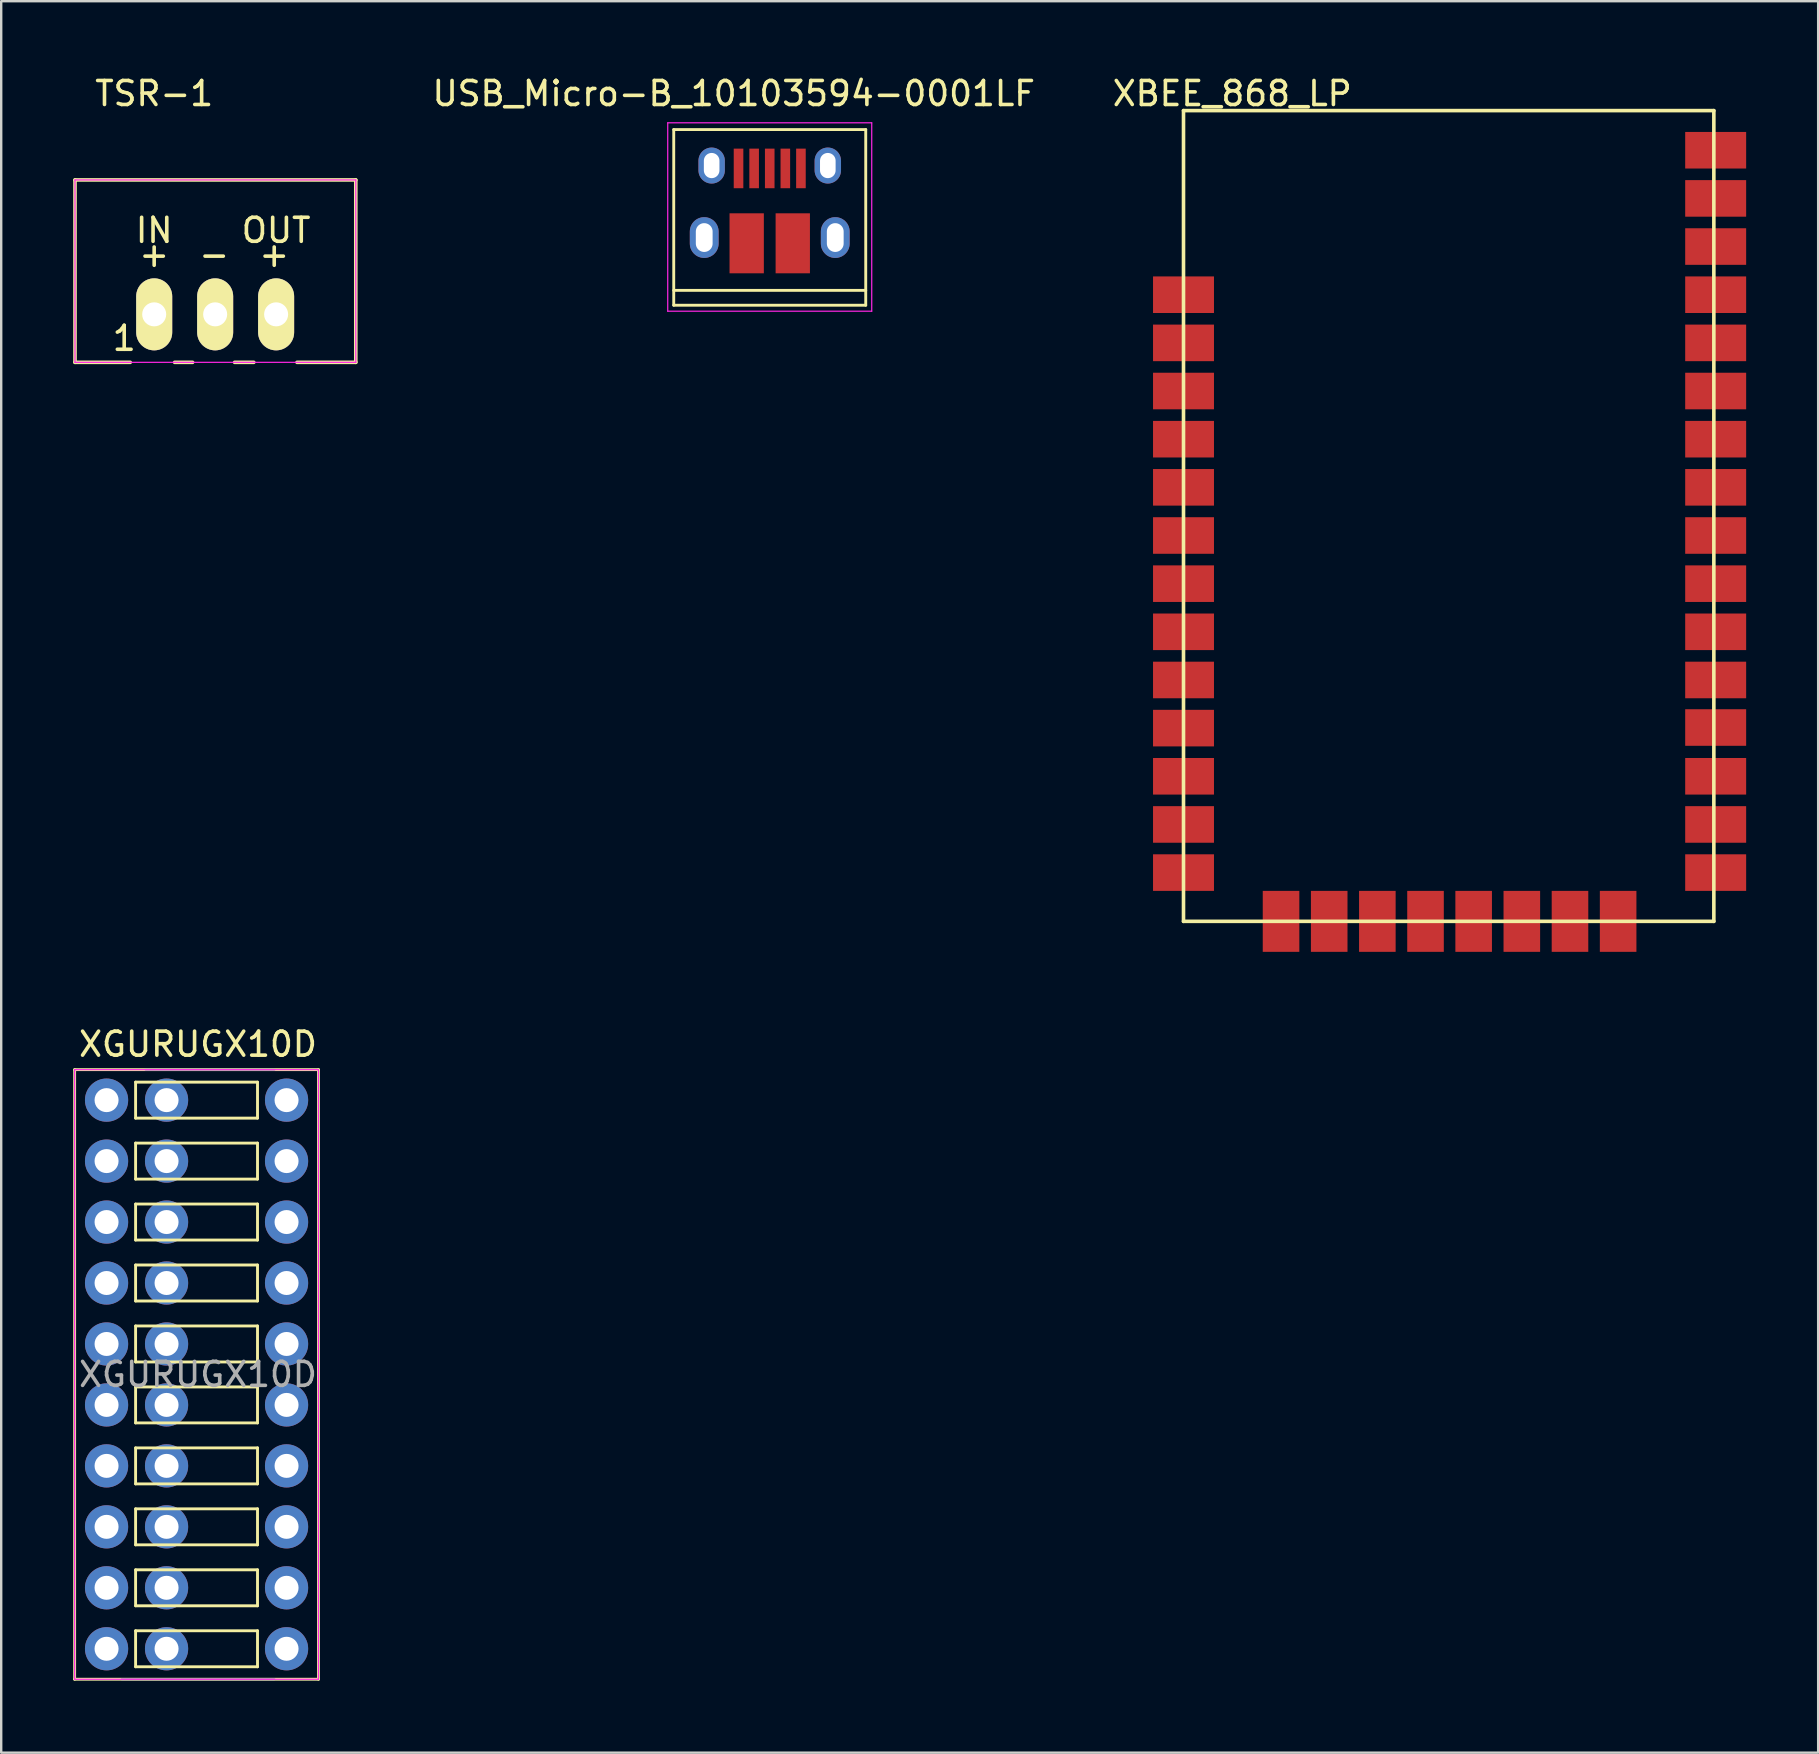
<source format=kicad_pcb>
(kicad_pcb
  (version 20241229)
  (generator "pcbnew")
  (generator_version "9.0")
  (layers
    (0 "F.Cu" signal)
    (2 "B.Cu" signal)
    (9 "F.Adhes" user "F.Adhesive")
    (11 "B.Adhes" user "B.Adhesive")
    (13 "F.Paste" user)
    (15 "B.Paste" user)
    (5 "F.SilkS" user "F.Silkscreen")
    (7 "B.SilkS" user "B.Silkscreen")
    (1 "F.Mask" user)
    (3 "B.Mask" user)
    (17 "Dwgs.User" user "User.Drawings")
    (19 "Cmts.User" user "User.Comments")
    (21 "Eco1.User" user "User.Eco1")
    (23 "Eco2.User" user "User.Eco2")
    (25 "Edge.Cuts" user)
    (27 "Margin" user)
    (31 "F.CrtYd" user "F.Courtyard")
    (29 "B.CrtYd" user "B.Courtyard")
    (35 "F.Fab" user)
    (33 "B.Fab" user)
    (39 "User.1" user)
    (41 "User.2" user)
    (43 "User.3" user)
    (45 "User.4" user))
  (footprint "TSR-1"
    (layer "F.Cu")
    (at 3.375 10.048)
    (property "Reference" "TSR-1" (at 0 -9.2 0) (layer "F.SilkS") (effects (font (size 1 1) (thickness 0.15))))
    (attr through_hole)
    (fp_line (start -3.3 -5.6) (end -3.3 2) (stroke (width 0.15) (type solid)) (layer "F.SilkS"))
    (fp_line (start -0.998 2) (end -3.3 2) (stroke (width 0.15) (type solid)) (layer "F.SilkS"))
    (fp_line (start 1.6 2) (end 0.851 2) (stroke (width 0.15) (type solid)) (layer "F.SilkS"))
    (fp_line (start 4.15 2) (end 3.35 2) (stroke (width 0.15) (type solid)) (layer "F.SilkS"))
    (fp_line (start 8.4 -5.6) (end -3.3 -5.6) (stroke (width 0.15) (type solid)) (layer "F.SilkS"))
    (fp_line (start 8.4 2) (end 5.951 2) (stroke (width 0.15) (type solid)) (layer "F.SilkS"))
    (fp_line (start 8.4 2) (end 8.4 -5.6) (stroke (width 0.15) (type solid)) (layer "F.SilkS"))
    (fp_line (start -3.3 -5.6) (end -3.3 2) (stroke (width 0.05) (type solid)) (layer "F.CrtYd"))
    (fp_line (start -3.3 -5.6) (end 8.4 -5.6) (stroke (width 0.05) (type solid)) (layer "F.CrtYd"))
    (fp_line (start -3.3 2) (end 8.4 2) (stroke (width 0.05) (type solid)) (layer "F.CrtYd"))
    (fp_line (start 8.4 -5.6) (end 8.4 2) (stroke (width 0.05) (type solid)) (layer "F.CrtYd"))
    (fp_text user "+" (at 5.001 -2.5 0) (layer "F.SilkS") (effects (font (size 1 1) (thickness 0.15))))
    (fp_text user "IN" (at 0 -3.499 0) (layer "F.SilkS") (effects (font (size 1 1) (thickness 0.15))))
    (fp_text user "OUT" (at 5.08 -3.499 0) (layer "F.SilkS") (effects (font (size 1 1) (thickness 0.15))))
    (fp_text user "-" (at 2.499 -2.5 180) (layer "F.SilkS") (effects (font (size 1 1) (thickness 0.15))))
    (fp_text user "+" (at -0.001 -2.5 0) (layer "F.SilkS") (effects (font (size 1 1) (thickness 0.15))))
    (fp_text user "1" (at -1.25 1 0) (layer "F.SilkS") (effects (font (size 1 1) (thickness 0.15))))
    (pad "1" thru_hole oval (at 0 0) (size 1.501 3) (drill 1.001) (layers "*.Cu" "*.Mask" "F.SilkS"))
    (pad "2" thru_hole oval (at 2.54 0) (size 1.501 3) (drill 1.001) (layers "*.Cu" "*.Mask" "F.SilkS"))
    (pad "3" thru_hole oval (at 5.08 0) (size 1.501 3) (drill 1.001) (layers "*.Cu" "*.Mask" "F.SilkS")))
  (footprint "XGURUGX10D"
    (layer "F.Cu")
    (at 1.39 42.79)
    (property "Reference" "XGURUGX10D" (at 3.81 -2.33 0) (layer "F.SilkS") (effects (font (size 1 1) (thickness 0.15))))
    (attr through_hole)
    (fp_line (start -1.33 -1.27) (end -1.33 24.13) (stroke (width 0.12) (type solid)) (layer "F.SilkS"))
    (fp_line (start -1.33 24.13) (end 8.83 24.13) (stroke (width 0.12) (type solid)) (layer "F.SilkS"))
    (fp_line (start 1.21 -0.75) (end 1.21 0.75) (stroke (width 0.12) (type solid)) (layer "F.SilkS"))
    (fp_line (start 1.21 -0.75) (end 6.29 -0.75) (stroke (width 0.12) (type solid)) (layer "F.SilkS"))
    (fp_line (start 1.21 0.75) (end 6.29 0.75) (stroke (width 0.12) (type solid)) (layer "F.SilkS"))
    (fp_line (start 1.21 1.79) (end 1.21 3.29) (stroke (width 0.12) (type solid)) (layer "F.SilkS"))
    (fp_line (start 1.21 1.79) (end 6.29 1.79) (stroke (width 0.12) (type solid)) (layer "F.SilkS"))
    (fp_line (start 1.21 3.29) (end 6.29 3.29) (stroke (width 0.12) (type solid)) (layer "F.SilkS"))
    (fp_line (start 1.21 4.33) (end 1.21 5.83) (stroke (width 0.12) (type solid)) (layer "F.SilkS"))
    (fp_line (start 1.21 4.33) (end 6.29 4.33) (stroke (width 0.12) (type solid)) (layer "F.SilkS"))
    (fp_line (start 1.21 5.83) (end 6.29 5.83) (stroke (width 0.12) (type solid)) (layer "F.SilkS"))
    (fp_line (start 1.21 6.87) (end 1.21 8.37) (stroke (width 0.12) (type solid)) (layer "F.SilkS"))
    (fp_line (start 1.21 6.87) (end 6.29 6.87) (stroke (width 0.12) (type solid)) (layer "F.SilkS"))
    (fp_line (start 1.21 8.37) (end 6.29 8.37) (stroke (width 0.12) (type solid)) (layer "F.SilkS"))
    (fp_line (start 1.21 9.41) (end 1.21 10.91) (stroke (width 0.12) (type solid)) (layer "F.SilkS"))
    (fp_line (start 1.21 9.41) (end 6.29 9.41) (stroke (width 0.12) (type solid)) (layer "F.SilkS"))
    (fp_line (start 1.21 10.91) (end 6.29 10.91) (stroke (width 0.12) (type solid)) (layer "F.SilkS"))
    (fp_line (start 1.21 11.95) (end 1.21 13.45) (stroke (width 0.12) (type solid)) (layer "F.SilkS"))
    (fp_line (start 1.21 11.95) (end 6.29 11.95) (stroke (width 0.12) (type solid)) (layer "F.SilkS"))
    (fp_line (start 1.21 13.45) (end 6.29 13.45) (stroke (width 0.12) (type solid)) (layer "F.SilkS"))
    (fp_line (start 1.21 14.49) (end 1.21 15.99) (stroke (width 0.12) (type solid)) (layer "F.SilkS"))
    (fp_line (start 1.21 14.49) (end 6.29 14.49) (stroke (width 0.12) (type solid)) (layer "F.SilkS"))
    (fp_line (start 1.21 15.99) (end 6.29 15.99) (stroke (width 0.12) (type solid)) (layer "F.SilkS"))
    (fp_line (start 1.21 17.03) (end 1.21 18.53) (stroke (width 0.12) (type solid)) (layer "F.SilkS"))
    (fp_line (start 1.21 17.03) (end 6.29 17.03) (stroke (width 0.12) (type solid)) (layer "F.SilkS"))
    (fp_line (start 1.21 18.53) (end 6.29 18.53) (stroke (width 0.12) (type solid)) (layer "F.SilkS"))
    (fp_line (start 1.21 19.57) (end 1.21 21.07) (stroke (width 0.12) (type solid)) (layer "F.SilkS"))
    (fp_line (start 1.21 19.57) (end 6.29 19.57) (stroke (width 0.12) (type solid)) (layer "F.SilkS"))
    (fp_line (start 1.21 21.07) (end 6.29 21.07) (stroke (width 0.12) (type solid)) (layer "F.SilkS"))
    (fp_line (start 1.21 22.11) (end 1.21 23.61) (stroke (width 0.12) (type solid)) (layer "F.SilkS"))
    (fp_line (start 1.21 22.11) (end 6.29 22.11) (stroke (width 0.12) (type solid)) (layer "F.SilkS"))
    (fp_line (start 1.21 23.61) (end 6.29 23.61) (stroke (width 0.12) (type solid)) (layer "F.SilkS"))
    (fp_line (start 6.29 -0.75) (end 6.29 0.75) (stroke (width 0.12) (type solid)) (layer "F.SilkS"))
    (fp_line (start 6.29 1.79) (end 6.29 3.29) (stroke (width 0.12) (type solid)) (layer "F.SilkS"))
    (fp_line (start 6.29 4.33) (end 6.29 5.83) (stroke (width 0.12) (type solid)) (layer "F.SilkS"))
    (fp_line (start 6.29 6.87) (end 6.29 8.37) (stroke (width 0.12) (type solid)) (layer "F.SilkS"))
    (fp_line (start 6.29 9.41) (end 6.29 10.91) (stroke (width 0.12) (type solid)) (layer "F.SilkS"))
    (fp_line (start 6.29 11.95) (end 6.29 13.45) (stroke (width 0.12) (type solid)) (layer "F.SilkS"))
    (fp_line (start 6.29 14.49) (end 6.29 15.99) (stroke (width 0.12) (type solid)) (layer "F.SilkS"))
    (fp_line (start 6.29 17.03) (end 6.29 18.53) (stroke (width 0.12) (type solid)) (layer "F.SilkS"))
    (fp_line (start 6.29 19.57) (end 6.29 21.07) (stroke (width 0.12) (type solid)) (layer "F.SilkS"))
    (fp_line (start 6.29 22.11) (end 6.29 23.61) (stroke (width 0.12) (type solid)) (layer "F.SilkS"))
    (fp_line (start 8.83 -1.27) (end -1.33 -1.27) (stroke (width 0.12) (type solid)) (layer "F.SilkS"))
    (fp_line (start 8.83 24.13) (end 8.83 -1.27) (stroke (width 0.12) (type solid)) (layer "F.SilkS"))
    (fp_line (start -1.33 -1.27) (end -1.33 24.13) (stroke (width 0.05) (type solid)) (layer "F.CrtYd"))
    (fp_line (start -1.33 24.13) (end 8.83 24.13) (stroke (width 0.05) (type solid)) (layer "F.CrtYd"))
    (fp_line (start 8.83 -1.27) (end -1.33 -1.27) (stroke (width 0.05) (type solid)) (layer "F.CrtYd"))
    (fp_line (start 8.83 24.13) (end 8.83 -1.27) (stroke (width 0.05) (type solid)) (layer "F.CrtYd"))
    (fp_line (start 1.635 -1.27) (end 6.985 -1.27) (stroke (width 0.1) (type solid)) (layer "F.Fab"))
    (fp_line (start 6.985 24.13) (end 0.635 24.13) (stroke (width 0.1) (type solid)) (layer "F.Fab"))
    (fp_text user "${REFERENCE}" (at 3.81 11.43 0) (layer "F.Fab") (effects (font (size 1 1) (thickness 0.15))))
    (pad "1" thru_hole oval (at 0 0) (size 1.8 1.8) (drill 1) (layers "*.Cu" "*.Mask"))
    (pad "2" thru_hole oval (at 0 2.54) (size 1.8 1.8) (drill 1) (layers "*.Cu" "*.Mask"))
    (pad "3" thru_hole oval (at 0 5.08) (size 1.8 1.8) (drill 1) (layers "*.Cu" "*.Mask"))
    (pad "4" thru_hole oval (at 0 7.62) (size 1.8 1.8) (drill 1) (layers "*.Cu" "*.Mask"))
    (pad "5" thru_hole oval (at 0 10.16) (size 1.8 1.8) (drill 1) (layers "*.Cu" "*.Mask"))
    (pad "6" thru_hole oval (at 0 12.7) (size 1.8 1.8) (drill 1) (layers "*.Cu" "*.Mask"))
    (pad "7" thru_hole oval (at 0 15.24) (size 1.8 1.8) (drill 1) (layers "*.Cu" "*.Mask"))
    (pad "8" thru_hole oval (at 0 17.78) (size 1.8 1.8) (drill 1) (layers "*.Cu" "*.Mask"))
    (pad "9" thru_hole oval (at 0 20.32) (size 1.8 1.8) (drill 1) (layers "*.Cu" "*.Mask"))
    (pad "10" thru_hole oval (at 0 22.86) (size 1.8 1.8) (drill 1) (layers "*.Cu" "*.Mask"))
    (pad "11" thru_hole oval (at 7.5 22.86) (size 1.8 1.8) (drill 1) (layers "*.Cu" "*.Mask"))
    (pad "12" thru_hole oval (at 7.5 20.32) (size 1.8 1.8) (drill 1) (layers "*.Cu" "*.Mask"))
    (pad "13" thru_hole oval (at 7.5 17.78) (size 1.8 1.8) (drill 1) (layers "*.Cu" "*.Mask"))
    (pad "14" thru_hole oval (at 7.5 15.24) (size 1.8 1.8) (drill 1) (layers "*.Cu" "*.Mask"))
    (pad "15" thru_hole oval (at 7.5 12.7) (size 1.8 1.8) (drill 1) (layers "*.Cu" "*.Mask"))
    (pad "16" thru_hole oval (at 7.5 10.16) (size 1.8 1.8) (drill 1) (layers "*.Cu" "*.Mask"))
    (pad "17" thru_hole oval (at 7.5 7.62) (size 1.8 1.8) (drill 1) (layers "*.Cu" "*.Mask"))
    (pad "18" thru_hole oval (at 7.5 5.08) (size 1.8 1.8) (drill 1) (layers "*.Cu" "*.Mask"))
    (pad "19" thru_hole oval (at 7.5 2.54) (size 1.8 1.8) (drill 1) (layers "*.Cu" "*.Mask"))
    (pad "20" thru_hole oval (at 7.5 0) (size 1.8 1.8) (drill 1) (layers "*.Cu" "*.Mask"))
    (pad "21" thru_hole oval (at 2.5 0) (size 1.8 1.8) (drill 1) (layers "*.Cu" "*.Mask"))
    (pad "22" thru_hole oval (at 2.5 2.54) (size 1.8 1.8) (drill 1) (layers "*.Cu" "*.Mask"))
    (pad "23" thru_hole oval (at 2.5 5.08) (size 1.8 1.8) (drill 1) (layers "*.Cu" "*.Mask"))
    (pad "24" thru_hole oval (at 2.5 7.62) (size 1.8 1.8) (drill 1) (layers "*.Cu" "*.Mask"))
    (pad "25" thru_hole oval (at 2.5 10.16) (size 1.8 1.8) (drill 1) (layers "*.Cu" "*.Mask"))
    (pad "26" thru_hole oval (at 2.5 12.7) (size 1.8 1.8) (drill 1) (layers "*.Cu" "*.Mask"))
    (pad "27" thru_hole oval (at 2.5 15.24) (size 1.8 1.8) (drill 1) (layers "*.Cu" "*.Mask"))
    (pad "28" thru_hole oval (at 2.5 17.78) (size 1.8 1.8) (drill 1) (layers "*.Cu" "*.Mask"))
    (pad "29" thru_hole oval (at 2.5 20.32) (size 1.8 1.8) (drill 1) (layers "*.Cu" "*.Mask"))
    (pad "30" thru_hole oval (at 2.5 22.86) (size 1.8 1.8) (drill 1) (layers "*.Cu" "*.Mask")))
  (footprint "XBEE_868_LP"
    (layer "F.Cu")
    (at 46.264 9.23)
    (property "Reference" "XBEE_868_LP" (at 2.032 -8.382 0) (layer "F.SilkS") (effects (font (size 1 1) (thickness 0.15))))
    (attr through_hole)
    (fp_line (start 0 -7.671) (end 22.098 -7.671) (stroke (width 0.15) (type solid)) (layer "F.SilkS"))
    (fp_line (start 0 26.111) (end 0 -7.671) (stroke (width 0.15) (type solid)) (layer "F.SilkS"))
    (fp_line (start 22.098 -7.671) (end 22.098 26.111) (stroke (width 0.15) (type solid)) (layer "F.SilkS"))
    (fp_line (start 22.098 26.111) (end 0 26.111) (stroke (width 0.15) (type solid)) (layer "F.SilkS"))
    (pad "1" smd rect (at 0 0 90) (size 1.524 2.54) (layers "F.Cu" "F.Mask" "F.Paste"))
    (pad "2" smd rect (at 0 2.007 90) (size 1.524 2.54) (layers "F.Cu" "F.Mask" "F.Paste"))
    (pad "3" smd rect (at 0 4.013 90) (size 1.524 2.54) (layers "F.Cu" "F.Mask" "F.Paste"))
    (pad "4" smd rect (at 0 6.02 90) (size 1.524 2.54) (layers "F.Cu" "F.Mask" "F.Paste"))
    (pad "5" smd rect (at 0 8.026 90) (size 1.524 2.54) (layers "F.Cu" "F.Mask" "F.Paste"))
    (pad "6" smd rect (at 0 10.033 90) (size 1.524 2.54) (layers "F.Cu" "F.Mask" "F.Paste"))
    (pad "7" smd rect (at 0 12.04 90) (size 1.524 2.54) (layers "F.Cu" "F.Mask" "F.Paste"))
    (pad "8" smd rect (at 0 14.046 90) (size 1.524 2.54) (layers "F.Cu" "F.Mask" "F.Paste"))
    (pad "9" smd rect (at 0 16.053 90) (size 1.524 2.54) (layers "F.Cu" "F.Mask" "F.Paste"))
    (pad "10" smd rect (at 0 18.059 90) (size 1.524 2.54) (layers "F.Cu" "F.Mask" "F.Paste"))
    (pad "11" smd rect (at 0 20.066 90) (size 1.524 2.54) (layers "F.Cu" "F.Mask" "F.Paste"))
    (pad "12" smd rect (at 0 22.073 90) (size 1.524 2.54) (layers "F.Cu" "F.Mask" "F.Paste"))
    (pad "13" smd rect (at 0 24.079 90) (size 1.524 2.54) (layers "F.Cu" "F.Mask" "F.Paste"))
    (pad "14" smd rect (at 4.064 26.111) (size 1.524 2.54) (layers "F.Cu" "F.Mask" "F.Paste"))
    (pad "15" smd rect (at 6.071 26.111) (size 1.524 2.54) (layers "F.Cu" "F.Mask" "F.Paste"))
    (pad "16" smd rect (at 8.077 26.111) (size 1.524 2.54) (layers "F.Cu" "F.Mask" "F.Paste"))
    (pad "17" smd rect (at 10.084 26.111) (size 1.524 2.54) (layers "F.Cu" "F.Mask" "F.Paste"))
    (pad "18" smd rect (at 12.09 26.111) (size 1.524 2.54) (layers "F.Cu" "F.Mask" "F.Paste"))
    (pad "19" smd rect (at 14.097 26.111) (size 1.524 2.54) (layers "F.Cu" "F.Mask" "F.Paste"))
    (pad "20" smd rect (at 16.104 26.111) (size 1.524 2.54) (layers "F.Cu" "F.Mask" "F.Paste"))
    (pad "21" smd rect (at 18.11 26.111) (size 1.524 2.54) (layers "F.Cu" "F.Mask" "F.Paste"))
    (pad "22" smd rect (at 22.174 24.079 90) (size 1.524 2.54) (layers "F.Cu" "F.Mask" "F.Paste"))
    (pad "23" smd rect (at 22.174 22.073 90) (size 1.524 2.54) (layers "F.Cu" "F.Mask" "F.Paste"))
    (pad "24" smd rect (at 22.174 20.066 90) (size 1.524 2.54) (layers "F.Cu" "F.Mask" "F.Paste"))
    (pad "25" smd rect (at 22.174 18.034 90) (size 1.524 2.54) (layers "F.Cu" "F.Mask" "F.Paste"))
    (pad "26" smd rect (at 22.174 16.053 90) (size 1.524 2.54) (layers "F.Cu" "F.Mask" "F.Paste"))
    (pad "27" smd rect (at 22.174 14.046 90) (size 1.524 2.54) (layers "F.Cu" "F.Mask" "F.Paste"))
    (pad "28" smd rect (at 22.174 12.04 90) (size 1.524 2.54) (layers "F.Cu" "F.Mask" "F.Paste"))
    (pad "29" smd rect (at 22.174 10.033 90) (size 1.524 2.54) (layers "F.Cu" "F.Mask" "F.Paste"))
    (pad "30" smd rect (at 22.174 8.026 90) (size 1.524 2.54) (layers "F.Cu" "F.Mask" "F.Paste"))
    (pad "31" smd rect (at 22.174 6.02 90) (size 1.524 2.54) (layers "F.Cu" "F.Mask" "F.Paste"))
    (pad "32" smd rect (at 22.174 4.013 90) (size 1.524 2.54) (layers "F.Cu" "F.Mask" "F.Paste"))
    (pad "33" smd rect (at 22.174 2.007 90) (size 1.524 2.54) (layers "F.Cu" "F.Mask" "F.Paste"))
    (pad "34" smd rect (at 22.174 0 90) (size 1.524 2.54) (layers "F.Cu" "F.Mask" "F.Paste"))
    (pad "35" smd rect (at 22.174 -2.007 90) (size 1.524 2.54) (layers "F.Cu" "F.Mask" "F.Paste"))
    (pad "36" smd rect (at 22.174 -4.013 90) (size 1.524 2.54) (layers "F.Cu" "F.Mask" "F.Paste"))
    (pad "37" smd rect (at 22.174 -6.02 90) (size 1.524 2.54) (layers "F.Cu" "F.Mask" "F.Paste")))
  (footprint "USB_Micro-B_10103594-0001LF"
    (layer "F.Cu")
    (at 29.023 5.468)
    (property "Reference" "USB_Micro-B_10103594-0001LF" (at -1.5 -4.62 0) (layer "F.SilkS") (effects (font (size 1 1) (thickness 0.15))))
    (attr smd)
    (fp_line (start -4 -3.12) (end 4 -3.12) (stroke (width 0.12) (type solid)) (layer "F.SilkS"))
    (fp_line (start -4 4.2) (end -4 -3.12) (stroke (width 0.12) (type solid)) (layer "F.SilkS"))
    (fp_line (start -4 4.2) (end 4 4.2) (stroke (width 0.12) (type solid)) (layer "F.SilkS"))
    (fp_line (start 4 -3.12) (end 4 4.2) (stroke (width 0.12) (type solid)) (layer "F.SilkS"))
    (fp_line (start 4 3.58) (end -4 3.58) (stroke (width 0.12) (type solid)) (layer "F.SilkS"))
    (fp_line (start -4.25 -3.4) (end 4.25 -3.4) (stroke (width 0.05) (type solid)) (layer "F.CrtYd"))
    (fp_line (start -4.25 4.45) (end -4.25 -3.4) (stroke (width 0.05) (type solid)) (layer "F.CrtYd"))
    (fp_line (start 4.25 -3.4) (end 4.25 4.45) (stroke (width 0.05) (type solid)) (layer "F.CrtYd"))
    (fp_line (start 4.25 4.45) (end -4.25 4.45) (stroke (width 0.05) (type solid)) (layer "F.CrtYd"))
    (pad "1" smd rect (at -1.3 -1.5 90) (size 1.65 0.4) (layers "F.Cu" "F.Mask" "F.Paste"))
    (pad "2" smd rect (at -0.65 -1.5 90) (size 1.65 0.4) (layers "F.Cu" "F.Mask" "F.Paste"))
    (pad "3" smd rect (at 0 -1.5 90) (size 1.65 0.4) (layers "F.Cu" "F.Mask" "F.Paste"))
    (pad "4" smd rect (at 0.65 -1.5 90) (size 1.65 0.4) (layers "F.Cu" "F.Mask" "F.Paste"))
    (pad "5" smd rect (at 1.3 -1.5 90) (size 1.65 0.4) (layers "F.Cu" "F.Mask" "F.Paste"))
    (pad "6" thru_hole oval (at -2.73 1.38 90) (size 1.7 1.2) (drill oval 1.2 0.7) (layers "*.Cu" "*.Mask"))
    (pad "6" thru_hole oval (at -2.42 -1.62 90) (size 1.5 1.1) (drill oval 1.05 0.65) (layers "*.Cu" "*.Mask"))
    (pad "6" smd rect (at -0.96 1.62 90) (size 2.5 1.43) (layers "F.Cu" "F.Mask" "F.Paste"))
    (pad "6" smd rect (at 0.96 1.62 90) (size 2.5 1.43) (layers "F.Cu" "F.Mask" "F.Paste"))
    (pad "6" thru_hole oval (at 2.42 -1.62 90) (size 1.5 1.1) (drill oval 1.05 0.65) (layers "*.Cu" "*.Mask"))
    (pad "6" thru_hole oval (at 2.73 1.38 90) (size 1.7 1.2) (drill oval 1.2 0.7) (layers "*.Cu" "*.Mask")))
  (gr_rect
    (start -3 -3)
    (end 72.709 69.98)
    (stroke (width 0.1) (type default))
    (fill no)
    (layer "Edge.Cuts")))
</source>
